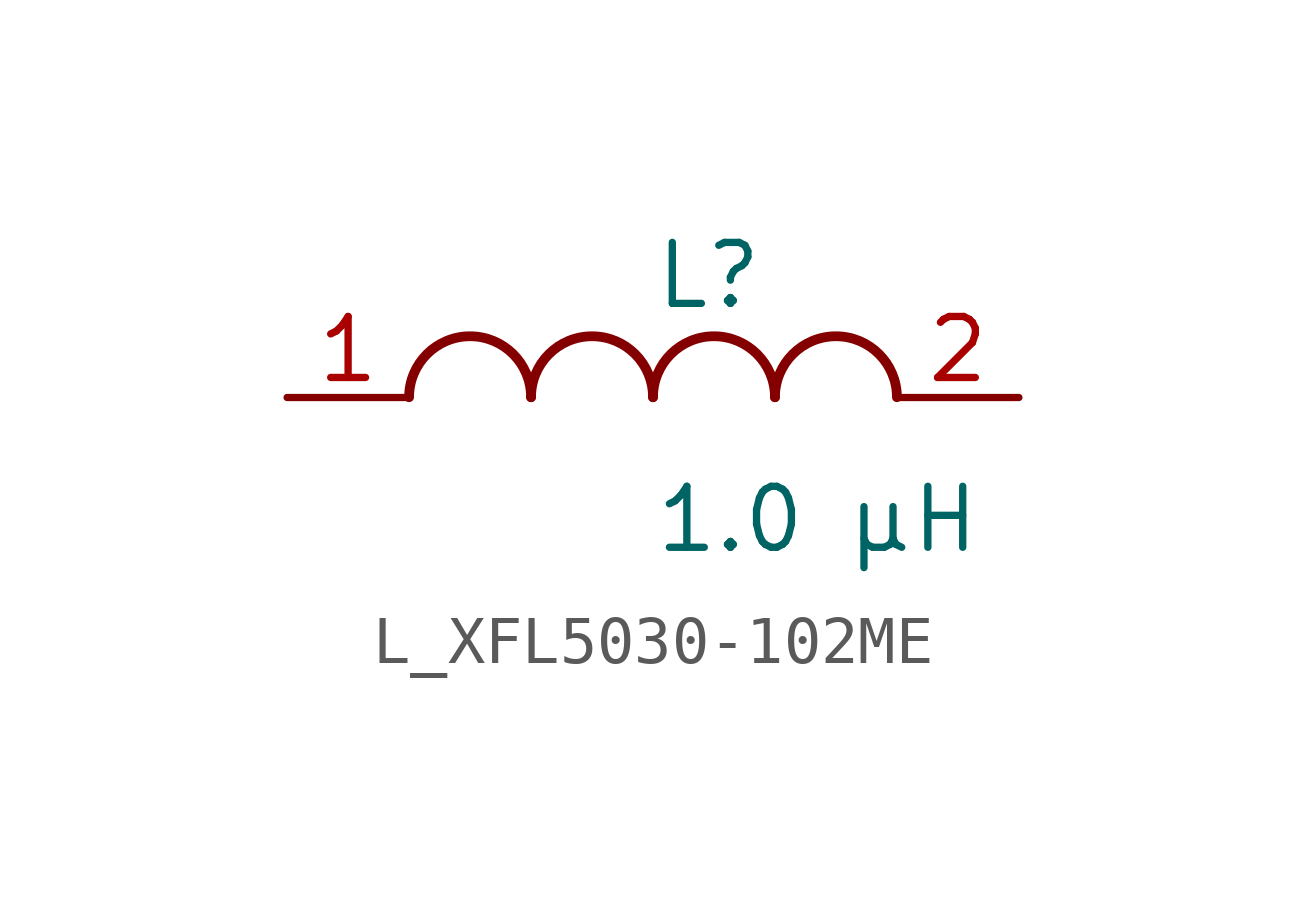
<source format=kicad_sym>
(kicad_symbol_lib
  (version 20231120)
  (generator kicad_symbol_editor)
  (generator_version 8.0)
  (symbol "L_XFL5030-102ME"
    (pin_names
      (offset 0.254))
    (property "Reference" "L"
      (at 0 2.54 0)
      (effects (font (size 1.27 1.27)) (justify left)))
    (property "Value" "1.0 µH"
      (at 0 -2.54 0)
      (effects (font (size 1.27 1.27)) (justify left)))
    (symbol "L_XFL5030-102ME_1_1"
      (arc (start -2.54 0.0056) (mid -3.81 1.27) (end -5.08 0.0056) (stroke (width 0.2032) (type default)) (fill (type none)))
      (arc (start 0 0.0056) (mid -1.27 1.27) (end -2.54 0.0056) (stroke (width 0.2032) (type default)) (fill (type none)))
      (arc (start 2.54 0.0056) (mid 1.27 1.27) (end 0 0.0056) (stroke (width 0.2032) (type default)) (fill (type none)))
      (arc (start 5.08 0.0056) (mid 3.81 1.27) (end 2.54 0.0056) (stroke (width 0.2032) (type default)) (fill (type none)))
      (pin unspecified line (at -7.62 0 0) (length 2.54) (name "" (effects (font (size 1.27 1.27)))) (number "1" (effects (font (size 1.27 1.27)))))
      (pin unspecified line (at 7.62 0 180) (length 2.54) (name "" (effects (font (size 1.27 1.27)))) (number "2" (effects (font (size 1.27 1.27))))))))
</source>
